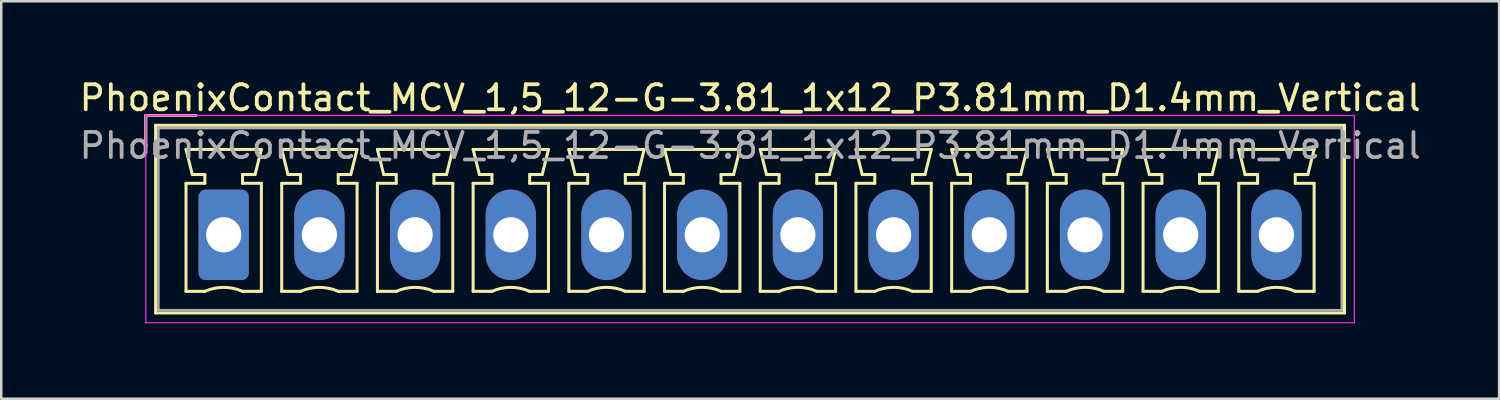
<source format=kicad_pcb>
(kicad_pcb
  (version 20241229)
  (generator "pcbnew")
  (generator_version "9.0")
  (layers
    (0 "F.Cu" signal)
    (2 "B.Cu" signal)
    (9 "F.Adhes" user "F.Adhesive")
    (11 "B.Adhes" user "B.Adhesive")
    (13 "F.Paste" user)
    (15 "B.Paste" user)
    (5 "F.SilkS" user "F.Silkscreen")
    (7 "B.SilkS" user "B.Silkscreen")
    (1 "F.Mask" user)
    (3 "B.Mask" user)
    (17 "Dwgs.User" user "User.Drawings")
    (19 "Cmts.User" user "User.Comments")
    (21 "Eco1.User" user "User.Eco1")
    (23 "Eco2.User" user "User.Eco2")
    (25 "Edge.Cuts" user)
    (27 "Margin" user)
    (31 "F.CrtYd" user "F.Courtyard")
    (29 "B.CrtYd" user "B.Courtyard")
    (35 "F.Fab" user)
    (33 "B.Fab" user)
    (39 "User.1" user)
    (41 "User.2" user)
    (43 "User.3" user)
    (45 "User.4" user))
  (footprint "PhoenixContact_MCV_1,5_12-G-3.81_1x12_P3.81mm_D1.4mm_Vertical"
    (layer "F.Cu")
    (at 5.855 6.298)
    (property "Reference" "PhoenixContact_MCV_1,5_12-G-3.81_1x12_P3.81mm_D1.4mm_Vertical" (at 20.96 -5.45 0) (layer "F.SilkS") (effects (font (size 1 1) (thickness 0.15))))
    (attr through_hole)
    (fp_line (start -3.1 -4.75) (end -1.1 -4.75) (stroke (width 0.12) (type solid)) (layer "F.SilkS"))
    (fp_line (start -3.1 -3.5) (end -3.1 -4.75) (stroke (width 0.12) (type solid)) (layer "F.SilkS"))
    (fp_line (start -2.71 -4.36) (end -2.71 3.11) (stroke (width 0.12) (type solid)) (layer "F.SilkS"))
    (fp_line (start -2.71 3.11) (end 44.62 3.11) (stroke (width 0.12) (type solid)) (layer "F.SilkS"))
    (fp_line (start -1.5 -3.4) (end 1.5 -3.4) (stroke (width 0.12) (type solid)) (layer "F.SilkS"))
    (fp_line (start -1.5 -2.05) (end -0.75 -2.05) (stroke (width 0.12) (type solid)) (layer "F.SilkS"))
    (fp_line (start -1.5 2.25) (end -1.5 -2.05) (stroke (width 0.12) (type solid)) (layer "F.SilkS"))
    (fp_line (start -1.25 -2.4) (end -1.5 -3.4) (stroke (width 0.12) (type solid)) (layer "F.SilkS"))
    (fp_line (start -0.75 -2.4) (end -1.25 -2.4) (stroke (width 0.12) (type solid)) (layer "F.SilkS"))
    (fp_line (start -0.75 -2.05) (end -0.75 -2.4) (stroke (width 0.12) (type solid)) (layer "F.SilkS"))
    (fp_line (start -0.75 2.25) (end -1.5 2.25) (stroke (width 0.12) (type solid)) (layer "F.SilkS"))
    (fp_line (start 0.75 -2.4) (end 0.75 -2.05) (stroke (width 0.12) (type solid)) (layer "F.SilkS"))
    (fp_line (start 0.75 -2.05) (end 1.5 -2.05) (stroke (width 0.12) (type solid)) (layer "F.SilkS"))
    (fp_line (start 1.25 -2.4) (end 0.75 -2.4) (stroke (width 0.12) (type solid)) (layer "F.SilkS"))
    (fp_line (start 1.5 -3.4) (end 1.25 -2.4) (stroke (width 0.12) (type solid)) (layer "F.SilkS"))
    (fp_line (start 1.5 -2.05) (end 1.5 2.25) (stroke (width 0.12) (type solid)) (layer "F.SilkS"))
    (fp_line (start 1.5 2.25) (end 0.75 2.25) (stroke (width 0.12) (type solid)) (layer "F.SilkS"))
    (fp_line (start 2.31 -3.4) (end 5.31 -3.4) (stroke (width 0.12) (type solid)) (layer "F.SilkS"))
    (fp_line (start 2.31 -2.05) (end 3.06 -2.05) (stroke (width 0.12) (type solid)) (layer "F.SilkS"))
    (fp_line (start 2.31 2.25) (end 2.31 -2.05) (stroke (width 0.12) (type solid)) (layer "F.SilkS"))
    (fp_line (start 2.56 -2.4) (end 2.31 -3.4) (stroke (width 0.12) (type solid)) (layer "F.SilkS"))
    (fp_line (start 3.06 -2.4) (end 2.56 -2.4) (stroke (width 0.12) (type solid)) (layer "F.SilkS"))
    (fp_line (start 3.06 -2.05) (end 3.06 -2.4) (stroke (width 0.12) (type solid)) (layer "F.SilkS"))
    (fp_line (start 3.06 2.25) (end 2.31 2.25) (stroke (width 0.12) (type solid)) (layer "F.SilkS"))
    (fp_line (start 4.56 -2.4) (end 4.56 -2.05) (stroke (width 0.12) (type solid)) (layer "F.SilkS"))
    (fp_line (start 4.56 -2.05) (end 5.31 -2.05) (stroke (width 0.12) (type solid)) (layer "F.SilkS"))
    (fp_line (start 5.06 -2.4) (end 4.56 -2.4) (stroke (width 0.12) (type solid)) (layer "F.SilkS"))
    (fp_line (start 5.31 -3.4) (end 5.06 -2.4) (stroke (width 0.12) (type solid)) (layer "F.SilkS"))
    (fp_line (start 5.31 -2.05) (end 5.31 2.25) (stroke (width 0.12) (type solid)) (layer "F.SilkS"))
    (fp_line (start 5.31 2.25) (end 4.56 2.25) (stroke (width 0.12) (type solid)) (layer "F.SilkS"))
    (fp_line (start 6.12 -3.4) (end 9.12 -3.4) (stroke (width 0.12) (type solid)) (layer "F.SilkS"))
    (fp_line (start 6.12 -2.05) (end 6.87 -2.05) (stroke (width 0.12) (type solid)) (layer "F.SilkS"))
    (fp_line (start 6.12 2.25) (end 6.12 -2.05) (stroke (width 0.12) (type solid)) (layer "F.SilkS"))
    (fp_line (start 6.37 -2.4) (end 6.12 -3.4) (stroke (width 0.12) (type solid)) (layer "F.SilkS"))
    (fp_line (start 6.87 -2.4) (end 6.37 -2.4) (stroke (width 0.12) (type solid)) (layer "F.SilkS"))
    (fp_line (start 6.87 -2.05) (end 6.87 -2.4) (stroke (width 0.12) (type solid)) (layer "F.SilkS"))
    (fp_line (start 6.87 2.25) (end 6.12 2.25) (stroke (width 0.12) (type solid)) (layer "F.SilkS"))
    (fp_line (start 8.37 -2.4) (end 8.37 -2.05) (stroke (width 0.12) (type solid)) (layer "F.SilkS"))
    (fp_line (start 8.37 -2.05) (end 9.12 -2.05) (stroke (width 0.12) (type solid)) (layer "F.SilkS"))
    (fp_line (start 8.87 -2.4) (end 8.37 -2.4) (stroke (width 0.12) (type solid)) (layer "F.SilkS"))
    (fp_line (start 9.12 -3.4) (end 8.87 -2.4) (stroke (width 0.12) (type solid)) (layer "F.SilkS"))
    (fp_line (start 9.12 -2.05) (end 9.12 2.25) (stroke (width 0.12) (type solid)) (layer "F.SilkS"))
    (fp_line (start 9.12 2.25) (end 8.37 2.25) (stroke (width 0.12) (type solid)) (layer "F.SilkS"))
    (fp_line (start 9.93 -3.4) (end 12.93 -3.4) (stroke (width 0.12) (type solid)) (layer "F.SilkS"))
    (fp_line (start 9.93 -2.05) (end 10.68 -2.05) (stroke (width 0.12) (type solid)) (layer "F.SilkS"))
    (fp_line (start 9.93 2.25) (end 9.93 -2.05) (stroke (width 0.12) (type solid)) (layer "F.SilkS"))
    (fp_line (start 10.18 -2.4) (end 9.93 -3.4) (stroke (width 0.12) (type solid)) (layer "F.SilkS"))
    (fp_line (start 10.68 -2.4) (end 10.18 -2.4) (stroke (width 0.12) (type solid)) (layer "F.SilkS"))
    (fp_line (start 10.68 -2.05) (end 10.68 -2.4) (stroke (width 0.12) (type solid)) (layer "F.SilkS"))
    (fp_line (start 10.68 2.25) (end 9.93 2.25) (stroke (width 0.12) (type solid)) (layer "F.SilkS"))
    (fp_line (start 12.18 -2.4) (end 12.18 -2.05) (stroke (width 0.12) (type solid)) (layer "F.SilkS"))
    (fp_line (start 12.18 -2.05) (end 12.93 -2.05) (stroke (width 0.12) (type solid)) (layer "F.SilkS"))
    (fp_line (start 12.68 -2.4) (end 12.18 -2.4) (stroke (width 0.12) (type solid)) (layer "F.SilkS"))
    (fp_line (start 12.93 -3.4) (end 12.68 -2.4) (stroke (width 0.12) (type solid)) (layer "F.SilkS"))
    (fp_line (start 12.93 -2.05) (end 12.93 2.25) (stroke (width 0.12) (type solid)) (layer "F.SilkS"))
    (fp_line (start 12.93 2.25) (end 12.18 2.25) (stroke (width 0.12) (type solid)) (layer "F.SilkS"))
    (fp_line (start 13.74 -3.4) (end 16.74 -3.4) (stroke (width 0.12) (type solid)) (layer "F.SilkS"))
    (fp_line (start 13.74 -2.05) (end 14.49 -2.05) (stroke (width 0.12) (type solid)) (layer "F.SilkS"))
    (fp_line (start 13.74 2.25) (end 13.74 -2.05) (stroke (width 0.12) (type solid)) (layer "F.SilkS"))
    (fp_line (start 13.99 -2.4) (end 13.74 -3.4) (stroke (width 0.12) (type solid)) (layer "F.SilkS"))
    (fp_line (start 14.49 -2.4) (end 13.99 -2.4) (stroke (width 0.12) (type solid)) (layer "F.SilkS"))
    (fp_line (start 14.49 -2.05) (end 14.49 -2.4) (stroke (width 0.12) (type solid)) (layer "F.SilkS"))
    (fp_line (start 14.49 2.25) (end 13.74 2.25) (stroke (width 0.12) (type solid)) (layer "F.SilkS"))
    (fp_line (start 15.99 -2.4) (end 15.99 -2.05) (stroke (width 0.12) (type solid)) (layer "F.SilkS"))
    (fp_line (start 15.99 -2.05) (end 16.74 -2.05) (stroke (width 0.12) (type solid)) (layer "F.SilkS"))
    (fp_line (start 16.49 -2.4) (end 15.99 -2.4) (stroke (width 0.12) (type solid)) (layer "F.SilkS"))
    (fp_line (start 16.74 -3.4) (end 16.49 -2.4) (stroke (width 0.12) (type solid)) (layer "F.SilkS"))
    (fp_line (start 16.74 -2.05) (end 16.74 2.25) (stroke (width 0.12) (type solid)) (layer "F.SilkS"))
    (fp_line (start 16.74 2.25) (end 15.99 2.25) (stroke (width 0.12) (type solid)) (layer "F.SilkS"))
    (fp_line (start 17.55 -3.4) (end 20.55 -3.4) (stroke (width 0.12) (type solid)) (layer "F.SilkS"))
    (fp_line (start 17.55 -2.05) (end 18.3 -2.05) (stroke (width 0.12) (type solid)) (layer "F.SilkS"))
    (fp_line (start 17.55 2.25) (end 17.55 -2.05) (stroke (width 0.12) (type solid)) (layer "F.SilkS"))
    (fp_line (start 17.8 -2.4) (end 17.55 -3.4) (stroke (width 0.12) (type solid)) (layer "F.SilkS"))
    (fp_line (start 18.3 -2.4) (end 17.8 -2.4) (stroke (width 0.12) (type solid)) (layer "F.SilkS"))
    (fp_line (start 18.3 -2.05) (end 18.3 -2.4) (stroke (width 0.12) (type solid)) (layer "F.SilkS"))
    (fp_line (start 18.3 2.25) (end 17.55 2.25) (stroke (width 0.12) (type solid)) (layer "F.SilkS"))
    (fp_line (start 19.8 -2.4) (end 19.8 -2.05) (stroke (width 0.12) (type solid)) (layer "F.SilkS"))
    (fp_line (start 19.8 -2.05) (end 20.55 -2.05) (stroke (width 0.12) (type solid)) (layer "F.SilkS"))
    (fp_line (start 20.3 -2.4) (end 19.8 -2.4) (stroke (width 0.12) (type solid)) (layer "F.SilkS"))
    (fp_line (start 20.55 -3.4) (end 20.3 -2.4) (stroke (width 0.12) (type solid)) (layer "F.SilkS"))
    (fp_line (start 20.55 -2.05) (end 20.55 2.25) (stroke (width 0.12) (type solid)) (layer "F.SilkS"))
    (fp_line (start 20.55 2.25) (end 19.8 2.25) (stroke (width 0.12) (type solid)) (layer "F.SilkS"))
    (fp_line (start 21.36 -3.4) (end 24.36 -3.4) (stroke (width 0.12) (type solid)) (layer "F.SilkS"))
    (fp_line (start 21.36 -2.05) (end 22.11 -2.05) (stroke (width 0.12) (type solid)) (layer "F.SilkS"))
    (fp_line (start 21.36 2.25) (end 21.36 -2.05) (stroke (width 0.12) (type solid)) (layer "F.SilkS"))
    (fp_line (start 21.61 -2.4) (end 21.36 -3.4) (stroke (width 0.12) (type solid)) (layer "F.SilkS"))
    (fp_line (start 22.11 -2.4) (end 21.61 -2.4) (stroke (width 0.12) (type solid)) (layer "F.SilkS"))
    (fp_line (start 22.11 -2.05) (end 22.11 -2.4) (stroke (width 0.12) (type solid)) (layer "F.SilkS"))
    (fp_line (start 22.11 2.25) (end 21.36 2.25) (stroke (width 0.12) (type solid)) (layer "F.SilkS"))
    (fp_line (start 23.61 -2.4) (end 23.61 -2.05) (stroke (width 0.12) (type solid)) (layer "F.SilkS"))
    (fp_line (start 23.61 -2.05) (end 24.36 -2.05) (stroke (width 0.12) (type solid)) (layer "F.SilkS"))
    (fp_line (start 24.11 -2.4) (end 23.61 -2.4) (stroke (width 0.12) (type solid)) (layer "F.SilkS"))
    (fp_line (start 24.36 -3.4) (end 24.11 -2.4) (stroke (width 0.12) (type solid)) (layer "F.SilkS"))
    (fp_line (start 24.36 -2.05) (end 24.36 2.25) (stroke (width 0.12) (type solid)) (layer "F.SilkS"))
    (fp_line (start 24.36 2.25) (end 23.61 2.25) (stroke (width 0.12) (type solid)) (layer "F.SilkS"))
    (fp_line (start 25.17 -3.4) (end 28.17 -3.4) (stroke (width 0.12) (type solid)) (layer "F.SilkS"))
    (fp_line (start 25.17 -2.05) (end 25.92 -2.05) (stroke (width 0.12) (type solid)) (layer "F.SilkS"))
    (fp_line (start 25.17 2.25) (end 25.17 -2.05) (stroke (width 0.12) (type solid)) (layer "F.SilkS"))
    (fp_line (start 25.42 -2.4) (end 25.17 -3.4) (stroke (width 0.12) (type solid)) (layer "F.SilkS"))
    (fp_line (start 25.92 -2.4) (end 25.42 -2.4) (stroke (width 0.12) (type solid)) (layer "F.SilkS"))
    (fp_line (start 25.92 -2.05) (end 25.92 -2.4) (stroke (width 0.12) (type solid)) (layer "F.SilkS"))
    (fp_line (start 25.92 2.25) (end 25.17 2.25) (stroke (width 0.12) (type solid)) (layer "F.SilkS"))
    (fp_line (start 27.42 -2.4) (end 27.42 -2.05) (stroke (width 0.12) (type solid)) (layer "F.SilkS"))
    (fp_line (start 27.42 -2.05) (end 28.17 -2.05) (stroke (width 0.12) (type solid)) (layer "F.SilkS"))
    (fp_line (start 27.92 -2.4) (end 27.42 -2.4) (stroke (width 0.12) (type solid)) (layer "F.SilkS"))
    (fp_line (start 28.17 -3.4) (end 27.92 -2.4) (stroke (width 0.12) (type solid)) (layer "F.SilkS"))
    (fp_line (start 28.17 -2.05) (end 28.17 2.25) (stroke (width 0.12) (type solid)) (layer "F.SilkS"))
    (fp_line (start 28.17 2.25) (end 27.42 2.25) (stroke (width 0.12) (type solid)) (layer "F.SilkS"))
    (fp_line (start 28.98 -3.4) (end 31.98 -3.4) (stroke (width 0.12) (type solid)) (layer "F.SilkS"))
    (fp_line (start 28.98 -2.05) (end 29.73 -2.05) (stroke (width 0.12) (type solid)) (layer "F.SilkS"))
    (fp_line (start 28.98 2.25) (end 28.98 -2.05) (stroke (width 0.12) (type solid)) (layer "F.SilkS"))
    (fp_line (start 29.23 -2.4) (end 28.98 -3.4) (stroke (width 0.12) (type solid)) (layer "F.SilkS"))
    (fp_line (start 29.73 -2.4) (end 29.23 -2.4) (stroke (width 0.12) (type solid)) (layer "F.SilkS"))
    (fp_line (start 29.73 -2.05) (end 29.73 -2.4) (stroke (width 0.12) (type solid)) (layer "F.SilkS"))
    (fp_line (start 29.73 2.25) (end 28.98 2.25) (stroke (width 0.12) (type solid)) (layer "F.SilkS"))
    (fp_line (start 31.23 -2.4) (end 31.23 -2.05) (stroke (width 0.12) (type solid)) (layer "F.SilkS"))
    (fp_line (start 31.23 -2.05) (end 31.98 -2.05) (stroke (width 0.12) (type solid)) (layer "F.SilkS"))
    (fp_line (start 31.73 -2.4) (end 31.23 -2.4) (stroke (width 0.12) (type solid)) (layer "F.SilkS"))
    (fp_line (start 31.98 -3.4) (end 31.73 -2.4) (stroke (width 0.12) (type solid)) (layer "F.SilkS"))
    (fp_line (start 31.98 -2.05) (end 31.98 2.25) (stroke (width 0.12) (type solid)) (layer "F.SilkS"))
    (fp_line (start 31.98 2.25) (end 31.23 2.25) (stroke (width 0.12) (type solid)) (layer "F.SilkS"))
    (fp_line (start 32.79 -3.4) (end 35.79 -3.4) (stroke (width 0.12) (type solid)) (layer "F.SilkS"))
    (fp_line (start 32.79 -2.05) (end 33.54 -2.05) (stroke (width 0.12) (type solid)) (layer "F.SilkS"))
    (fp_line (start 32.79 2.25) (end 32.79 -2.05) (stroke (width 0.12) (type solid)) (layer "F.SilkS"))
    (fp_line (start 33.04 -2.4) (end 32.79 -3.4) (stroke (width 0.12) (type solid)) (layer "F.SilkS"))
    (fp_line (start 33.54 -2.4) (end 33.04 -2.4) (stroke (width 0.12) (type solid)) (layer "F.SilkS"))
    (fp_line (start 33.54 -2.05) (end 33.54 -2.4) (stroke (width 0.12) (type solid)) (layer "F.SilkS"))
    (fp_line (start 33.54 2.25) (end 32.79 2.25) (stroke (width 0.12) (type solid)) (layer "F.SilkS"))
    (fp_line (start 35.04 -2.4) (end 35.04 -2.05) (stroke (width 0.12) (type solid)) (layer "F.SilkS"))
    (fp_line (start 35.04 -2.05) (end 35.79 -2.05) (stroke (width 0.12) (type solid)) (layer "F.SilkS"))
    (fp_line (start 35.54 -2.4) (end 35.04 -2.4) (stroke (width 0.12) (type solid)) (layer "F.SilkS"))
    (fp_line (start 35.79 -3.4) (end 35.54 -2.4) (stroke (width 0.12) (type solid)) (layer "F.SilkS"))
    (fp_line (start 35.79 -2.05) (end 35.79 2.25) (stroke (width 0.12) (type solid)) (layer "F.SilkS"))
    (fp_line (start 35.79 2.25) (end 35.04 2.25) (stroke (width 0.12) (type solid)) (layer "F.SilkS"))
    (fp_line (start 36.6 -3.4) (end 39.6 -3.4) (stroke (width 0.12) (type solid)) (layer "F.SilkS"))
    (fp_line (start 36.6 -2.05) (end 37.35 -2.05) (stroke (width 0.12) (type solid)) (layer "F.SilkS"))
    (fp_line (start 36.6 2.25) (end 36.6 -2.05) (stroke (width 0.12) (type solid)) (layer "F.SilkS"))
    (fp_line (start 36.85 -2.4) (end 36.6 -3.4) (stroke (width 0.12) (type solid)) (layer "F.SilkS"))
    (fp_line (start 37.35 -2.4) (end 36.85 -2.4) (stroke (width 0.12) (type solid)) (layer "F.SilkS"))
    (fp_line (start 37.35 -2.05) (end 37.35 -2.4) (stroke (width 0.12) (type solid)) (layer "F.SilkS"))
    (fp_line (start 37.35 2.25) (end 36.6 2.25) (stroke (width 0.12) (type solid)) (layer "F.SilkS"))
    (fp_line (start 38.85 -2.4) (end 38.85 -2.05) (stroke (width 0.12) (type solid)) (layer "F.SilkS"))
    (fp_line (start 38.85 -2.05) (end 39.6 -2.05) (stroke (width 0.12) (type solid)) (layer "F.SilkS"))
    (fp_line (start 39.35 -2.4) (end 38.85 -2.4) (stroke (width 0.12) (type solid)) (layer "F.SilkS"))
    (fp_line (start 39.6 -3.4) (end 39.35 -2.4) (stroke (width 0.12) (type solid)) (layer "F.SilkS"))
    (fp_line (start 39.6 -2.05) (end 39.6 2.25) (stroke (width 0.12) (type solid)) (layer "F.SilkS"))
    (fp_line (start 39.6 2.25) (end 38.85 2.25) (stroke (width 0.12) (type solid)) (layer "F.SilkS"))
    (fp_line (start 40.41 -3.4) (end 43.41 -3.4) (stroke (width 0.12) (type solid)) (layer "F.SilkS"))
    (fp_line (start 40.41 -2.05) (end 41.16 -2.05) (stroke (width 0.12) (type solid)) (layer "F.SilkS"))
    (fp_line (start 40.41 2.25) (end 40.41 -2.05) (stroke (width 0.12) (type solid)) (layer "F.SilkS"))
    (fp_line (start 40.66 -2.4) (end 40.41 -3.4) (stroke (width 0.12) (type solid)) (layer "F.SilkS"))
    (fp_line (start 41.16 -2.4) (end 40.66 -2.4) (stroke (width 0.12) (type solid)) (layer "F.SilkS"))
    (fp_line (start 41.16 -2.05) (end 41.16 -2.4) (stroke (width 0.12) (type solid)) (layer "F.SilkS"))
    (fp_line (start 41.16 2.25) (end 40.41 2.25) (stroke (width 0.12) (type solid)) (layer "F.SilkS"))
    (fp_line (start 42.66 -2.4) (end 42.66 -2.05) (stroke (width 0.12) (type solid)) (layer "F.SilkS"))
    (fp_line (start 42.66 -2.05) (end 43.41 -2.05) (stroke (width 0.12) (type solid)) (layer "F.SilkS"))
    (fp_line (start 43.16 -2.4) (end 42.66 -2.4) (stroke (width 0.12) (type solid)) (layer "F.SilkS"))
    (fp_line (start 43.41 -3.4) (end 43.16 -2.4) (stroke (width 0.12) (type solid)) (layer "F.SilkS"))
    (fp_line (start 43.41 -2.05) (end 43.41 2.25) (stroke (width 0.12) (type solid)) (layer "F.SilkS"))
    (fp_line (start 43.41 2.25) (end 42.66 2.25) (stroke (width 0.12) (type solid)) (layer "F.SilkS"))
    (fp_line (start 44.62 -4.36) (end -2.71 -4.36) (stroke (width 0.12) (type solid)) (layer "F.SilkS"))
    (fp_line (start 44.62 3.11) (end 44.62 -4.36) (stroke (width 0.12) (type solid)) (layer "F.SilkS"))
    (fp_arc (start -0.75 2.25) (mid -0.000193 2.09191) (end 0.749647 2.249844) (stroke (width 0.12) (type solid)) (layer "F.SilkS"))
    (fp_arc (start 3.06 2.25) (mid 3.809807 2.09191) (end 4.559647 2.249844) (stroke (width 0.12) (type solid)) (layer "F.SilkS"))
    (fp_arc (start 6.87 2.25) (mid 7.619807 2.09191) (end 8.369647 2.249844) (stroke (width 0.12) (type solid)) (layer "F.SilkS"))
    (fp_arc (start 10.68 2.25) (mid 11.429807 2.09191) (end 12.179647 2.249844) (stroke (width 0.12) (type solid)) (layer "F.SilkS"))
    (fp_arc (start 14.49 2.25) (mid 15.239807 2.09191) (end 15.989647 2.249844) (stroke (width 0.12) (type solid)) (layer "F.SilkS"))
    (fp_arc (start 18.3 2.25) (mid 19.049807 2.09191) (end 19.799647 2.249844) (stroke (width 0.12) (type solid)) (layer "F.SilkS"))
    (fp_arc (start 22.11 2.25) (mid 22.859807 2.09191) (end 23.609647 2.249844) (stroke (width 0.12) (type solid)) (layer "F.SilkS"))
    (fp_arc (start 25.92 2.25) (mid 26.669807 2.09191) (end 27.419647 2.249844) (stroke (width 0.12) (type solid)) (layer "F.SilkS"))
    (fp_arc (start 29.73 2.25) (mid 30.479807 2.09191) (end 31.229647 2.249844) (stroke (width 0.12) (type solid)) (layer "F.SilkS"))
    (fp_arc (start 33.54 2.25) (mid 34.289807 2.09191) (end 35.039647 2.249844) (stroke (width 0.12) (type solid)) (layer "F.SilkS"))
    (fp_arc (start 37.35 2.25) (mid 38.099807 2.09191) (end 38.849647 2.249844) (stroke (width 0.12) (type solid)) (layer "F.SilkS"))
    (fp_arc (start 41.16 2.25) (mid 41.909807 2.09191) (end 42.659647 2.249844) (stroke (width 0.12) (type solid)) (layer "F.SilkS"))
    (fp_line (start -3.1 -4.75) (end -3.1 3.5) (stroke (width 0.05) (type solid)) (layer "F.CrtYd"))
    (fp_line (start -3.1 3.5) (end 45.01 3.5) (stroke (width 0.05) (type solid)) (layer "F.CrtYd"))
    (fp_line (start 45.01 -4.75) (end -3.1 -4.75) (stroke (width 0.05) (type solid)) (layer "F.CrtYd"))
    (fp_line (start 45.01 3.5) (end 45.01 -4.75) (stroke (width 0.05) (type solid)) (layer "F.CrtYd"))
    (fp_line (start -3.1 -4.75) (end -1.1 -4.75) (stroke (width 0.1) (type solid)) (layer "F.Fab"))
    (fp_line (start -3.1 -3.5) (end -3.1 -4.75) (stroke (width 0.1) (type solid)) (layer "F.Fab"))
    (fp_line (start -2.6 -4.25) (end -2.6 3) (stroke (width 0.1) (type solid)) (layer "F.Fab"))
    (fp_line (start -2.6 3) (end 44.51 3) (stroke (width 0.1) (type solid)) (layer "F.Fab"))
    (fp_line (start 44.51 -4.25) (end -2.6 -4.25) (stroke (width 0.1) (type solid)) (layer "F.Fab"))
    (fp_line (start 44.51 3) (end 44.51 -4.25) (stroke (width 0.1) (type solid)) (layer "F.Fab"))
    (fp_text user "${REFERENCE}" (at 20.96 -3.55 0) (layer "F.Fab") (effects (font (size 1 1) (thickness 0.15))))
    (pad "1" thru_hole roundrect (at 0 0) (size 2 3.6) (drill 1.4) (layers "*.Cu" "*.Mask") (roundrect_rratio 0.139))
    (pad "2" thru_hole oval (at 3.81 0) (size 2 3.6) (drill 1.4) (layers "*.Cu" "*.Mask"))
    (pad "3" thru_hole oval (at 7.62 0) (size 2 3.6) (drill 1.4) (layers "*.Cu" "*.Mask"))
    (pad "4" thru_hole oval (at 11.43 0) (size 2 3.6) (drill 1.4) (layers "*.Cu" "*.Mask"))
    (pad "5" thru_hole oval (at 15.24 0) (size 2 3.6) (drill 1.4) (layers "*.Cu" "*.Mask"))
    (pad "6" thru_hole oval (at 19.05 0) (size 2 3.6) (drill 1.4) (layers "*.Cu" "*.Mask"))
    (pad "7" thru_hole oval (at 22.86 0) (size 2 3.6) (drill 1.4) (layers "*.Cu" "*.Mask"))
    (pad "8" thru_hole oval (at 26.67 0) (size 2 3.6) (drill 1.4) (layers "*.Cu" "*.Mask"))
    (pad "9" thru_hole oval (at 30.48 0) (size 2 3.6) (drill 1.4) (layers "*.Cu" "*.Mask"))
    (pad "10" thru_hole oval (at 34.29 0) (size 2 3.6) (drill 1.4) (layers "*.Cu" "*.Mask"))
    (pad "11" thru_hole oval (at 38.1 0) (size 2 3.6) (drill 1.4) (layers "*.Cu" "*.Mask"))
    (pad "12" thru_hole oval (at 41.91 0) (size 2 3.6) (drill 1.4) (layers "*.Cu" "*.Mask")))
  (gr_rect
    (start -3 -3)
    (end 56.631 12.823)
    (stroke (width 0.1) (type default))
    (fill no)
    (layer "Edge.Cuts")))
</source>
